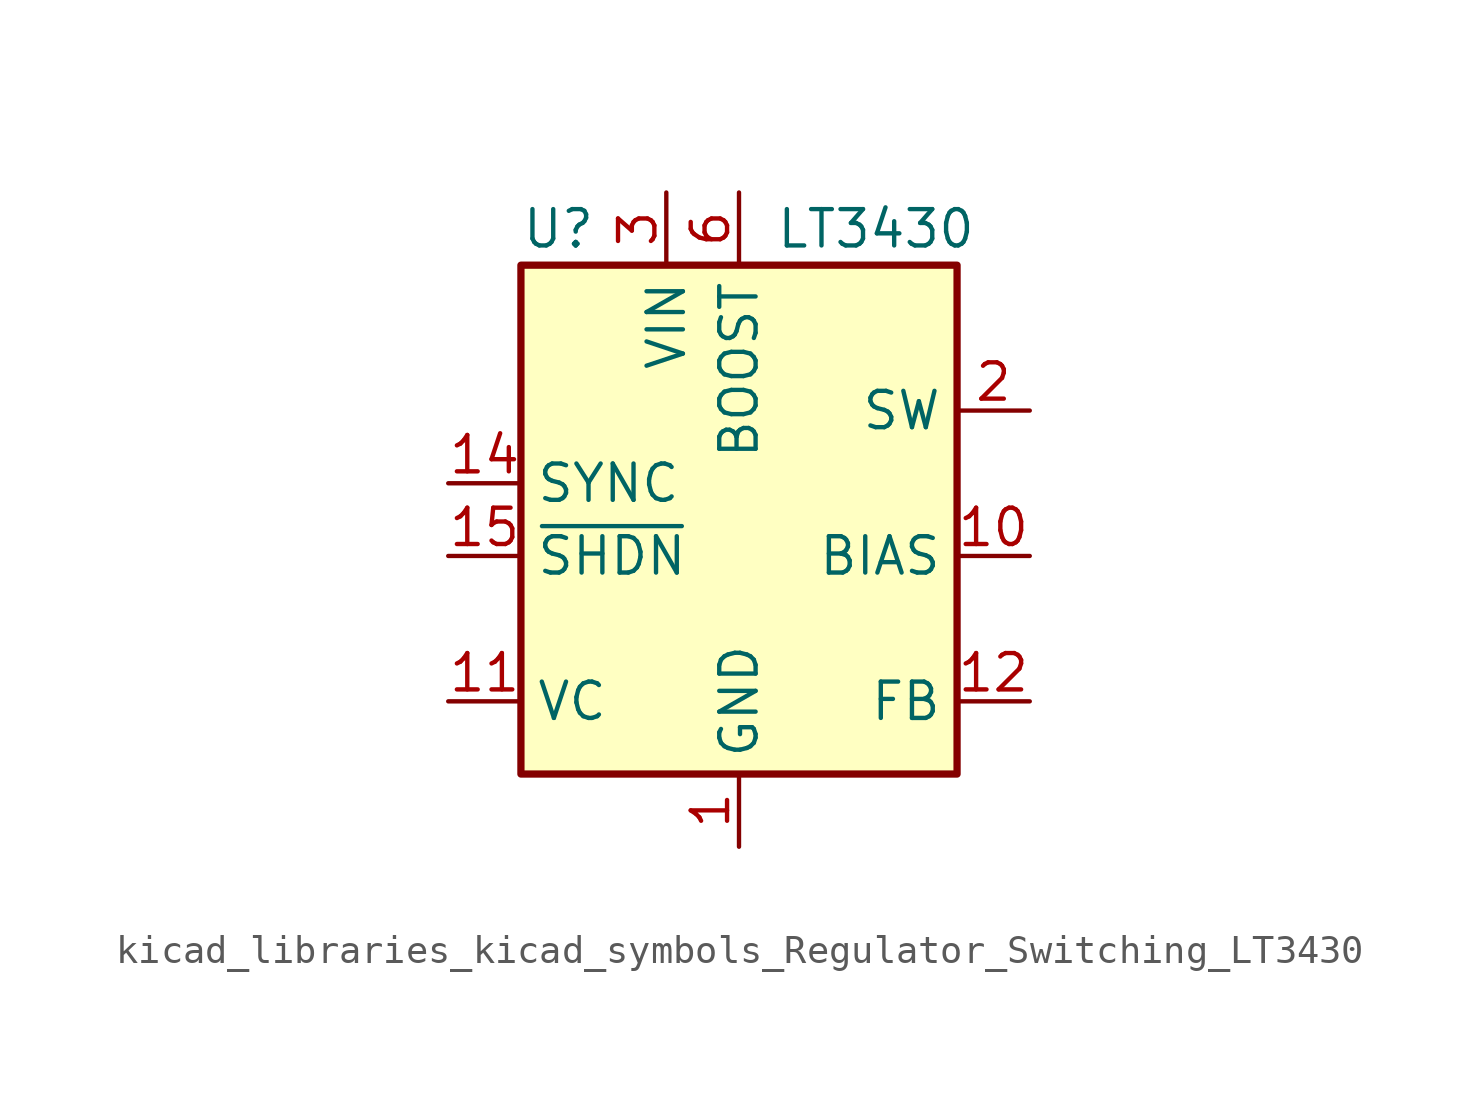
<source format=kicad_sym>
(kicad_symbol_lib
  (version 20220914)
  (generator kicad_symbol_editor)
  (symbol "kicad_libraries_kicad_symbols_Regulator_Switching_LT3430"
    (property "Reference" "U"
      (at -7.62 8.89 0)
      (effects (font (size 1.27 1.27)) (justify left)))
    (property "Value" "LT3430"
      (at 1.27 8.89 0)
      (effects (font (size 1.27 1.27)) (justify left)))
    (symbol "kicad_libraries_kicad_symbols_Regulator_Switching_LT3430_0_1"
      (rectangle (start -7.62 7.62) (end 7.62 -10.16) (stroke (width 0.254) (type default)) (fill (type background))))
    (symbol "kicad_libraries_kicad_symbols_Regulator_Switching_LT3430_1_1"
      (pin power_in line (at 0 -12.7 90) (length 2.54) (name "GND" (effects (font (size 1.27 1.27)))) (number "1" (effects (font (size 1.27 1.27)))))
      (pin input line (at 10.16 -2.54 180) (length 2.54) (name "BIAS" (effects (font (size 1.27 1.27)))) (number "10" (effects (font (size 1.27 1.27)))))
      (pin input line (at -10.16 -7.62 0) (length 2.54) (name "VC" (effects (font (size 1.27 1.27)))) (number "11" (effects (font (size 1.27 1.27)))))
      (pin input line (at 10.16 -7.62 180) (length 2.54) (name "FB" (effects (font (size 1.27 1.27)))) (number "12" (effects (font (size 1.27 1.27)))))
      (pin input line (at -10.16 0 0) (length 2.54) (name "SYNC" (effects (font (size 1.27 1.27)))) (number "14" (effects (font (size 1.27 1.27)))))
      (pin input line (at -10.16 -2.54 0) (length 2.54) (name "~{SHDN}" (effects (font (size 1.27 1.27)))) (number "15" (effects (font (size 1.27 1.27)))))
      (pin passive line (at 0 -12.7 90) (length 2.54) hide (name "GND" (effects (font (size 1.27 1.27)))) (number "16" (effects (font (size 1.27 1.27)))))
      (pin passive line (at 0 -12.7 90) (length 2.54) hide (name "GND" (effects (font (size 1.27 1.27)))) (number "17" (effects (font (size 1.27 1.27)))))
      (pin output line (at 10.16 2.54 180) (length 2.54) (name "SW" (effects (font (size 1.27 1.27)))) (number "2" (effects (font (size 1.27 1.27)))))
      (pin power_in line (at -2.54 10.16 270) (length 2.54) (name "VIN" (effects (font (size 1.27 1.27)))) (number "3" (effects (font (size 1.27 1.27)))))
      (pin passive line (at -2.54 10.16 270) (length 2.54) hide (name "VIN" (effects (font (size 1.27 1.27)))) (number "4" (effects (font (size 1.27 1.27)))))
      (pin passive line (at 10.16 2.54 180) (length 2.54) hide (name "SW" (effects (font (size 1.27 1.27)))) (number "5" (effects (font (size 1.27 1.27)))))
      (pin input line (at 0 10.16 270) (length 2.54) (name "BOOST" (effects (font (size 1.27 1.27)))) (number "6" (effects (font (size 1.27 1.27)))))
      (pin passive line (at 0 -12.7 90) (length 2.54) hide (name "GND" (effects (font (size 1.27 1.27)))) (number "8" (effects (font (size 1.27 1.27)))))
      (pin passive line (at 0 -12.7 90) (length 2.54) hide (name "GND" (effects (font (size 1.27 1.27)))) (number "9" (effects (font (size 1.27 1.27))))))))
</source>
